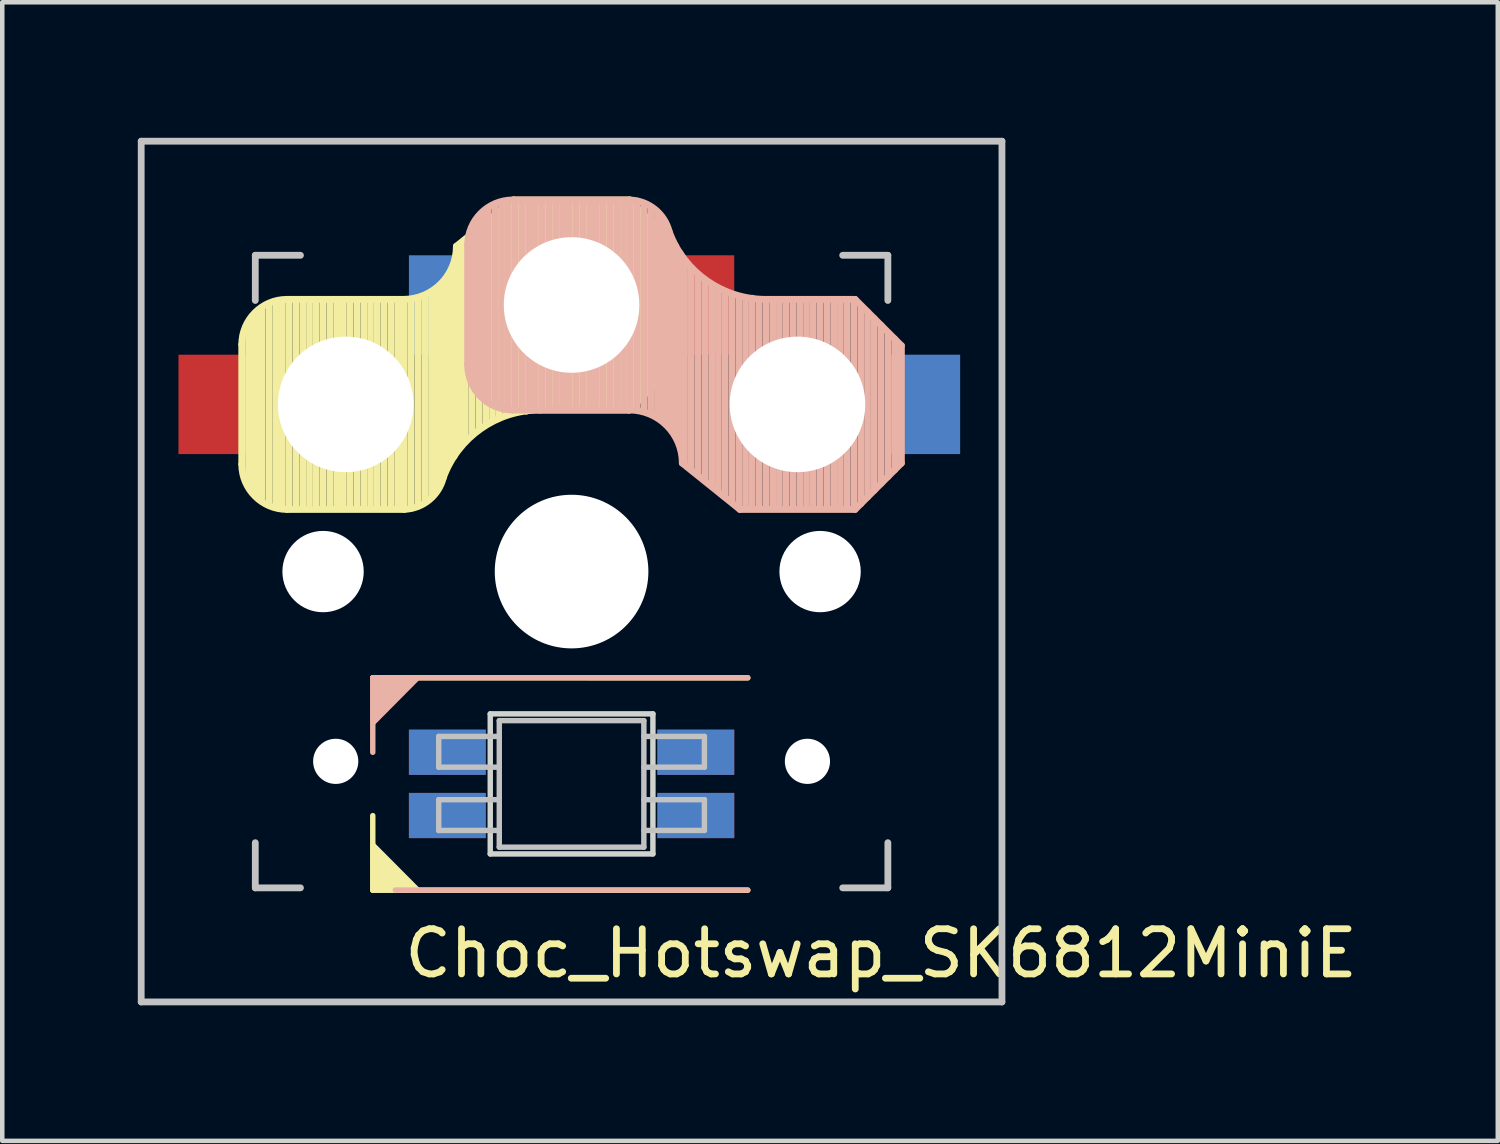
<source format=kicad_pcb>
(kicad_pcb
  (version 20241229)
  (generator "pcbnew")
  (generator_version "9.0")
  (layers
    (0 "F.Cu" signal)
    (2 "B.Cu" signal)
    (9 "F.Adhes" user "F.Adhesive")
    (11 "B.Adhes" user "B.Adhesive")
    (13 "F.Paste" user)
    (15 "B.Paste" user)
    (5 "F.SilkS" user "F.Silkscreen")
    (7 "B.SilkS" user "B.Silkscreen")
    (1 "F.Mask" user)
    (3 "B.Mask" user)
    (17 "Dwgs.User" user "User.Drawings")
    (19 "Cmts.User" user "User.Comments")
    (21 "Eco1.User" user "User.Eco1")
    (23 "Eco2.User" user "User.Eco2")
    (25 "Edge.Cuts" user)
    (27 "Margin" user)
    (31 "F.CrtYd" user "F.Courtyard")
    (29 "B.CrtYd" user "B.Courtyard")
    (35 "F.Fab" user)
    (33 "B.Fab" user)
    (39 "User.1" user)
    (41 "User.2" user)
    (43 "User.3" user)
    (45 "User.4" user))
  (footprint "Choc_Hotswap_SK6812MiniE"
    (layer "F.Cu")
    (at 9.6 9.6)
    (property "Reference" "Choc_Hotswap_SK6812MiniE" (at 6.85 8.45 180) (layer "F.SilkS") (effects (font (size 1 1) (thickness 0.15))))
    (attr smd)
    (fp_line (start -7.3 -5.025) (end -7.3 -2.375) (stroke (width 0.15) (type solid)) (layer "F.SilkS"))
    (fp_line (start -7.15 -1.95) (end -7.15 -5.5) (stroke (width 0.15) (type solid)) (layer "F.SilkS"))
    (fp_line (start -7.05 -1.8) (end -7.05 -5.55) (stroke (width 0.15) (type solid)) (layer "F.SilkS"))
    (fp_line (start -6.95 -1.7) (end -6.95 -5.65) (stroke (width 0.15) (type solid)) (layer "F.SilkS"))
    (fp_line (start -6.85 -1.6) (end -6.85 -5.8) (stroke (width 0.15) (type solid)) (layer "F.SilkS"))
    (fp_line (start -6.7 -1.5) (end -6.7 -5.9) (stroke (width 0.15) (type solid)) (layer "F.SilkS"))
    (fp_line (start -6.55 -1.45) (end -6.55 -5.95) (stroke (width 0.15) (type solid)) (layer "F.SilkS"))
    (fp_line (start -6.4 -1.4) (end -6.4 -5.95) (stroke (width 0.15) (type solid)) (layer "F.SilkS"))
    (fp_line (start -6.3 -6.025) (end -3.725 -6.025) (stroke (width 0.15) (type solid)) (layer "F.SilkS"))
    (fp_line (start -6.3 -1.375) (end -3.7 -1.375) (stroke (width 0.15) (type solid)) (layer "F.SilkS"))
    (fp_line (start -6.25 -1.4) (end -6.25 -6) (stroke (width 0.15) (type solid)) (layer "F.SilkS"))
    (fp_line (start -6.1 -1.4) (end -6.1 -6) (stroke (width 0.15) (type solid)) (layer "F.SilkS"))
    (fp_line (start -5.95 -1.4) (end -5.95 -6) (stroke (width 0.15) (type solid)) (layer "F.SilkS"))
    (fp_line (start -5.8 -1.4) (end -5.8 -6) (stroke (width 0.15) (type solid)) (layer "F.SilkS"))
    (fp_line (start -5.65 -1.4) (end -5.65 -6) (stroke (width 0.15) (type solid)) (layer "F.SilkS"))
    (fp_line (start -5.5 -1.4) (end -5.5 -6) (stroke (width 0.15) (type solid)) (layer "F.SilkS"))
    (fp_line (start -5.35 -1.4) (end -5.35 -6) (stroke (width 0.15) (type solid)) (layer "F.SilkS"))
    (fp_line (start -5.2 -1.4) (end -5.2 -6) (stroke (width 0.15) (type solid)) (layer "F.SilkS"))
    (fp_line (start -5.05 -1.4) (end -5.05 -6) (stroke (width 0.15) (type solid)) (layer "F.SilkS"))
    (fp_line (start -4.9 -1.4) (end -4.9 -6) (stroke (width 0.15) (type solid)) (layer "F.SilkS"))
    (fp_line (start -4.75 -1.4) (end -4.75 -6) (stroke (width 0.15) (type solid)) (layer "F.SilkS"))
    (fp_line (start -4.6 -1.4) (end -4.6 -6) (stroke (width 0.15) (type solid)) (layer "F.SilkS"))
    (fp_line (start -4.45 -1.4) (end -4.45 -6) (stroke (width 0.15) (type solid)) (layer "F.SilkS"))
    (fp_line (start -4.4 2.349) (end 3.9 2.352) (stroke (width 0.12) (type solid)) (layer "F.SilkS"))
    (fp_line (start -4.4 7.052) (end -4.4 5.401) (stroke (width 0.12) (type solid)) (layer "F.SilkS"))
    (fp_line (start -4.3 -1.4) (end -4.3 -6) (stroke (width 0.15) (type solid)) (layer "F.SilkS"))
    (fp_line (start -4.15 -1.4) (end -4.15 -6) (stroke (width 0.15) (type solid)) (layer "F.SilkS"))
    (fp_line (start -4 -1.4) (end -4 -6) (stroke (width 0.15) (type solid)) (layer "F.SilkS"))
    (fp_line (start -3.85 -1.4) (end -3.85 -5.95) (stroke (width 0.15) (type solid)) (layer "F.SilkS"))
    (fp_line (start -3.7 -1.4) (end -3.7 -6) (stroke (width 0.15) (type solid)) (layer "F.SilkS"))
    (fp_line (start -3.55 -1.4) (end -3.55 -6) (stroke (width 0.15) (type solid)) (layer "F.SilkS"))
    (fp_line (start -3.4 -1.45) (end -3.4 -6) (stroke (width 0.15) (type solid)) (layer "F.SilkS"))
    (fp_line (start -3.25 -1.55) (end -3.25 -6.1) (stroke (width 0.15) (type solid)) (layer "F.SilkS"))
    (fp_line (start -3.1 -1.65) (end -3.1 -6.15) (stroke (width 0.15) (type solid)) (layer "F.SilkS"))
    (fp_line (start -3 -1.8) (end -3 -6.2) (stroke (width 0.15) (type solid)) (layer "F.SilkS"))
    (fp_line (start -2.9 -2.05) (end -2.9 -6.25) (stroke (width 0.15) (type solid)) (layer "F.SilkS"))
    (fp_line (start -2.8 -2.2) (end -2.8 -6.35) (stroke (width 0.15) (type solid)) (layer "F.SilkS"))
    (fp_line (start -2.7 -2.4) (end -2.7 -6.55) (stroke (width 0.15) (type solid)) (layer "F.SilkS"))
    (fp_line (start -2.6 -2.55) (end -2.6 -6.7) (stroke (width 0.15) (type solid)) (layer "F.SilkS"))
    (fp_line (start -2.5 -2.75) (end -2.5 -7.2) (stroke (width 0.15) (type solid)) (layer "F.SilkS"))
    (fp_line (start -2.35 -2.9) (end -2.35 -7.35) (stroke (width 0.15) (type solid)) (layer "F.SilkS"))
    (fp_line (start -2.2 -3.05) (end -2.2 -7.45) (stroke (width 0.15) (type solid)) (layer "F.SilkS"))
    (fp_line (start -2.05 -3.15) (end -2.05 -7.55) (stroke (width 0.15) (type solid)) (layer "F.SilkS"))
    (fp_line (start -1.9 -3.25) (end -1.9 -7.7) (stroke (width 0.15) (type solid)) (layer "F.SilkS"))
    (fp_line (start -1.75 -3.35) (end -1.75 -7.8) (stroke (width 0.15) (type solid)) (layer "F.SilkS"))
    (fp_line (start -1.6 -3.4) (end -1.6 -7.95) (stroke (width 0.15) (type solid)) (layer "F.SilkS"))
    (fp_line (start -1.45 -3.5) (end -1.45 -8.05) (stroke (width 0.15) (type solid)) (layer "F.SilkS"))
    (fp_line (start -1.3 -3.55) (end -1.3 -8.15) (stroke (width 0.15) (type solid)) (layer "F.SilkS"))
    (fp_line (start -1.275 -8.225) (end -2.55 -7.2) (stroke (width 0.15) (type solid)) (layer "F.SilkS"))
    (fp_line (start -1.275 -8.225) (end 1.275 -8.225) (stroke (width 0.15) (type solid)) (layer "F.SilkS"))
    (fp_line (start -1.15 -3.55) (end -1.15 -8.2) (stroke (width 0.15) (type solid)) (layer "F.SilkS"))
    (fp_line (start -1 -3.55) (end -1 -8.2) (stroke (width 0.15) (type solid)) (layer "F.SilkS"))
    (fp_line (start -0.85 -3.6) (end -0.85 -8.15) (stroke (width 0.15) (type solid)) (layer "F.SilkS"))
    (fp_line (start -0.7 -3.6) (end -0.7 -8.2) (stroke (width 0.15) (type solid)) (layer "F.SilkS"))
    (fp_line (start -0.7 -3.575) (end 1.275 -3.575) (stroke (width 0.15) (type solid)) (layer "F.SilkS"))
    (fp_line (start -0.55 -3.6) (end -0.55 -8.2) (stroke (width 0.15) (type solid)) (layer "F.SilkS"))
    (fp_line (start -0.4 -3.6) (end -0.4 -8.2) (stroke (width 0.15) (type solid)) (layer "F.SilkS"))
    (fp_line (start -0.25 -3.6) (end -0.25 -8.2) (stroke (width 0.15) (type solid)) (layer "F.SilkS"))
    (fp_line (start -0.1 -3.6) (end -0.1 -8.2) (stroke (width 0.15) (type solid)) (layer "F.SilkS"))
    (fp_line (start 0.05 -3.6) (end 0.05 -8.2) (stroke (width 0.15) (type solid)) (layer "F.SilkS"))
    (fp_line (start 0.2 -3.6) (end 0.2 -8.2) (stroke (width 0.15) (type solid)) (layer "F.SilkS"))
    (fp_line (start 0.35 -3.6) (end 0.35 -8.2) (stroke (width 0.15) (type solid)) (layer "F.SilkS"))
    (fp_line (start 0.5 -3.6) (end 0.5 -8.2) (stroke (width 0.15) (type solid)) (layer "F.SilkS"))
    (fp_line (start 0.65 -3.6) (end 0.65 -8.2) (stroke (width 0.15) (type solid)) (layer "F.SilkS"))
    (fp_line (start 0.8 -3.6) (end 0.8 -8.2) (stroke (width 0.15) (type solid)) (layer "F.SilkS"))
    (fp_line (start 0.95 -3.6) (end 0.95 -8.2) (stroke (width 0.15) (type solid)) (layer "F.SilkS"))
    (fp_line (start 1.1 -3.6) (end 1.1 -8.2) (stroke (width 0.15) (type solid)) (layer "F.SilkS"))
    (fp_line (start 1.25 -3.6) (end 1.25 -8.2) (stroke (width 0.15) (type solid)) (layer "F.SilkS"))
    (fp_line (start 1.4 -3.75) (end 1.4 -8.1) (stroke (width 0.15) (type solid)) (layer "F.SilkS"))
    (fp_line (start 1.55 -3.85) (end 1.55 -7.95) (stroke (width 0.15) (type solid)) (layer "F.SilkS"))
    (fp_line (start 1.7 -4) (end 1.7 -7.8) (stroke (width 0.15) (type solid)) (layer "F.SilkS"))
    (fp_line (start 1.85 -4.15) (end 1.85 -7.65) (stroke (width 0.15) (type solid)) (layer "F.SilkS"))
    (fp_line (start 2 -4.35) (end 2 -7.5) (stroke (width 0.15) (type solid)) (layer "F.SilkS"))
    (fp_line (start 2.15 -4.45) (end 2.15 -7.35) (stroke (width 0.15) (type solid)) (layer "F.SilkS"))
    (fp_line (start 2.3 -7.2) (end 1.275 -8.225) (stroke (width 0.15) (type solid)) (layer "F.SilkS"))
    (fp_line (start 2.3 -7.2) (end 2.3 -4.6) (stroke (width 0.15) (type solid)) (layer "F.SilkS"))
    (fp_line (start 2.3 -4.6) (end 1.275 -3.575) (stroke (width 0.15) (type solid)) (layer "F.SilkS"))
    (fp_line (start 3.9 7.052) (end -4.4 7.052) (stroke (width 0.12) (type solid)) (layer "F.SilkS"))
    (fp_arc (start -7.3 -5.025) (mid -7.007107 -5.732107) (end -6.3 -6.025) (stroke (width 0.15) (type solid)) (layer "F.SilkS"))
    (fp_arc (start -6.3 -1.375) (mid -7.007107 -1.667893) (end -7.3 -2.375) (stroke (width 0.15) (type solid)) (layer "F.SilkS"))
    (fp_arc (start -2.837801 -2.078096) (mid -3.151716 -1.583979) (end -3.699005 -1.376209) (stroke (width 0.15) (type solid)) (layer "F.SilkS"))
    (fp_arc (start -2.837801 -2.078096) (mid -2.004887 -3.163571) (end -0.7 -3.575) (stroke (width 0.15) (type solid)) (layer "F.SilkS"))
    (fp_arc (start -2.55 -7.2) (mid -2.89415 -6.36915) (end -3.725 -6.025) (stroke (width 0.15) (type solid)) (layer "F.SilkS"))
    (fp_poly (pts (xy -3.392 7.049) (xy -4.4 7.052) (xy -4.4 6.036)) (stroke (width 0.1) (type solid)) (fill yes) (layer "F.SilkS"))
    (fp_line (start -4.4 2.349) (end -4.4 4) (stroke (width 0.12) (type solid)) (layer "B.SilkS"))
    (fp_line (start -3.9 7.049) (end 3.9 7.049) (stroke (width 0.12) (type solid)) (layer "B.SilkS"))
    (fp_line (start -2.3 -4.575) (end -2.3 -7.225) (stroke (width 0.15) (type solid)) (layer "B.SilkS"))
    (fp_line (start -2.15 -7.65) (end -2.15 -4.1) (stroke (width 0.15) (type solid)) (layer "B.SilkS"))
    (fp_line (start -2.05 -7.8) (end -2.05 -4.05) (stroke (width 0.15) (type solid)) (layer "B.SilkS"))
    (fp_line (start -1.95 -7.9) (end -1.95 -3.95) (stroke (width 0.15) (type solid)) (layer "B.SilkS"))
    (fp_line (start -1.85 -8) (end -1.85 -3.8) (stroke (width 0.15) (type solid)) (layer "B.SilkS"))
    (fp_line (start -1.7 -8.1) (end -1.7 -3.7) (stroke (width 0.15) (type solid)) (layer "B.SilkS"))
    (fp_line (start -1.55 -8.15) (end -1.55 -3.65) (stroke (width 0.15) (type solid)) (layer "B.SilkS"))
    (fp_line (start -1.4 -8.2) (end -1.4 -3.65) (stroke (width 0.15) (type solid)) (layer "B.SilkS"))
    (fp_line (start -1.3 -8.225) (end 1.3 -8.225) (stroke (width 0.15) (type solid)) (layer "B.SilkS"))
    (fp_line (start -1.3 -3.575) (end 1.275 -3.575) (stroke (width 0.15) (type solid)) (layer "B.SilkS"))
    (fp_line (start -1.25 -8.2) (end -1.25 -3.6) (stroke (width 0.15) (type solid)) (layer "B.SilkS"))
    (fp_line (start -1.1 -8.2) (end -1.1 -3.6) (stroke (width 0.15) (type solid)) (layer "B.SilkS"))
    (fp_line (start -0.95 -8.2) (end -0.95 -3.6) (stroke (width 0.15) (type solid)) (layer "B.SilkS"))
    (fp_line (start -0.8 -8.2) (end -0.8 -3.6) (stroke (width 0.15) (type solid)) (layer "B.SilkS"))
    (fp_line (start -0.65 -8.2) (end -0.65 -3.6) (stroke (width 0.15) (type solid)) (layer "B.SilkS"))
    (fp_line (start -0.5 -8.2) (end -0.5 -3.6) (stroke (width 0.15) (type solid)) (layer "B.SilkS"))
    (fp_line (start -0.35 -8.2) (end -0.35 -3.6) (stroke (width 0.15) (type solid)) (layer "B.SilkS"))
    (fp_line (start -0.2 -8.2) (end -0.2 -3.6) (stroke (width 0.15) (type solid)) (layer "B.SilkS"))
    (fp_line (start -0.05 -8.2) (end -0.05 -3.6) (stroke (width 0.15) (type solid)) (layer "B.SilkS"))
    (fp_line (start 0.1 -8.2) (end 0.1 -3.6) (stroke (width 0.15) (type solid)) (layer "B.SilkS"))
    (fp_line (start 0.25 -8.2) (end 0.25 -3.6) (stroke (width 0.15) (type solid)) (layer "B.SilkS"))
    (fp_line (start 0.4 -8.2) (end 0.4 -3.6) (stroke (width 0.15) (type solid)) (layer "B.SilkS"))
    (fp_line (start 0.55 -8.2) (end 0.55 -3.6) (stroke (width 0.15) (type solid)) (layer "B.SilkS"))
    (fp_line (start 0.7 -8.2) (end 0.7 -3.6) (stroke (width 0.15) (type solid)) (layer "B.SilkS"))
    (fp_line (start 0.85 -8.2) (end 0.85 -3.6) (stroke (width 0.15) (type solid)) (layer "B.SilkS"))
    (fp_line (start 1 -8.2) (end 1 -3.6) (stroke (width 0.15) (type solid)) (layer "B.SilkS"))
    (fp_line (start 1.15 -8.2) (end 1.15 -3.65) (stroke (width 0.15) (type solid)) (layer "B.SilkS"))
    (fp_line (start 1.3 -8.2) (end 1.3 -3.6) (stroke (width 0.15) (type solid)) (layer "B.SilkS"))
    (fp_line (start 1.45 -8.2) (end 1.45 -3.6) (stroke (width 0.15) (type solid)) (layer "B.SilkS"))
    (fp_line (start 1.6 -8.15) (end 1.6 -3.6) (stroke (width 0.15) (type solid)) (layer "B.SilkS"))
    (fp_line (start 1.75 -8.05) (end 1.75 -3.5) (stroke (width 0.15) (type solid)) (layer "B.SilkS"))
    (fp_line (start 1.9 -7.95) (end 1.9 -3.45) (stroke (width 0.15) (type solid)) (layer "B.SilkS"))
    (fp_line (start 2 -7.8) (end 2 -3.4) (stroke (width 0.15) (type solid)) (layer "B.SilkS"))
    (fp_line (start 2.1 -7.55) (end 2.1 -3.35) (stroke (width 0.15) (type solid)) (layer "B.SilkS"))
    (fp_line (start 2.2 -7.4) (end 2.2 -3.25) (stroke (width 0.15) (type solid)) (layer "B.SilkS"))
    (fp_line (start 2.3 -7.2) (end 2.3 -3.05) (stroke (width 0.15) (type solid)) (layer "B.SilkS"))
    (fp_line (start 2.4 -7.05) (end 2.4 -2.9) (stroke (width 0.15) (type solid)) (layer "B.SilkS"))
    (fp_line (start 2.5 -6.85) (end 2.5 -2.4) (stroke (width 0.15) (type solid)) (layer "B.SilkS"))
    (fp_line (start 2.65 -6.7) (end 2.65 -2.25) (stroke (width 0.15) (type solid)) (layer "B.SilkS"))
    (fp_line (start 2.8 -6.55) (end 2.8 -2.15) (stroke (width 0.15) (type solid)) (layer "B.SilkS"))
    (fp_line (start 2.95 -6.45) (end 2.95 -2.05) (stroke (width 0.15) (type solid)) (layer "B.SilkS"))
    (fp_line (start 3.1 -6.35) (end 3.1 -1.9) (stroke (width 0.15) (type solid)) (layer "B.SilkS"))
    (fp_line (start 3.25 -6.25) (end 3.25 -1.8) (stroke (width 0.15) (type solid)) (layer "B.SilkS"))
    (fp_line (start 3.4 -6.2) (end 3.4 -1.65) (stroke (width 0.15) (type solid)) (layer "B.SilkS"))
    (fp_line (start 3.55 -6.1) (end 3.55 -1.55) (stroke (width 0.15) (type solid)) (layer "B.SilkS"))
    (fp_line (start 3.7 -6.05) (end 3.7 -1.45) (stroke (width 0.15) (type solid)) (layer "B.SilkS"))
    (fp_line (start 3.725 -1.375) (end 2.45 -2.4) (stroke (width 0.15) (type solid)) (layer "B.SilkS"))
    (fp_line (start 3.725 -1.375) (end 6.275 -1.375) (stroke (width 0.15) (type solid)) (layer "B.SilkS"))
    (fp_line (start 3.85 -6.05) (end 3.85 -1.4) (stroke (width 0.15) (type solid)) (layer "B.SilkS"))
    (fp_line (start 3.9 2.349) (end -4.4 2.349) (stroke (width 0.12) (type solid)) (layer "B.SilkS"))
    (fp_line (start 4 -6.05) (end 4 -1.4) (stroke (width 0.15) (type solid)) (layer "B.SilkS"))
    (fp_line (start 4.15 -6) (end 4.15 -1.45) (stroke (width 0.15) (type solid)) (layer "B.SilkS"))
    (fp_line (start 4.3 -6.025) (end 6.275 -6.025) (stroke (width 0.15) (type solid)) (layer "B.SilkS"))
    (fp_line (start 4.3 -6) (end 4.3 -1.4) (stroke (width 0.15) (type solid)) (layer "B.SilkS"))
    (fp_line (start 4.45 -6) (end 4.45 -1.4) (stroke (width 0.15) (type solid)) (layer "B.SilkS"))
    (fp_line (start 4.6 -6) (end 4.6 -1.4) (stroke (width 0.15) (type solid)) (layer "B.SilkS"))
    (fp_line (start 4.75 -6) (end 4.75 -1.4) (stroke (width 0.15) (type solid)) (layer "B.SilkS"))
    (fp_line (start 4.9 -6) (end 4.9 -1.4) (stroke (width 0.15) (type solid)) (layer "B.SilkS"))
    (fp_line (start 5.05 -6) (end 5.05 -1.4) (stroke (width 0.15) (type solid)) (layer "B.SilkS"))
    (fp_line (start 5.2 -6) (end 5.2 -1.4) (stroke (width 0.15) (type solid)) (layer "B.SilkS"))
    (fp_line (start 5.35 -6) (end 5.35 -1.4) (stroke (width 0.15) (type solid)) (layer "B.SilkS"))
    (fp_line (start 5.5 -6) (end 5.5 -1.4) (stroke (width 0.15) (type solid)) (layer "B.SilkS"))
    (fp_line (start 5.65 -6) (end 5.65 -1.4) (stroke (width 0.15) (type solid)) (layer "B.SilkS"))
    (fp_line (start 5.8 -6) (end 5.8 -1.4) (stroke (width 0.15) (type solid)) (layer "B.SilkS"))
    (fp_line (start 5.95 -6) (end 5.95 -1.4) (stroke (width 0.15) (type solid)) (layer "B.SilkS"))
    (fp_line (start 6.1 -6) (end 6.1 -1.4) (stroke (width 0.15) (type solid)) (layer "B.SilkS"))
    (fp_line (start 6.25 -6) (end 6.25 -1.4) (stroke (width 0.15) (type solid)) (layer "B.SilkS"))
    (fp_line (start 6.4 -5.85) (end 6.4 -1.5) (stroke (width 0.15) (type solid)) (layer "B.SilkS"))
    (fp_line (start 6.55 -5.75) (end 6.55 -1.65) (stroke (width 0.15) (type solid)) (layer "B.SilkS"))
    (fp_line (start 6.7 -5.6) (end 6.7 -1.8) (stroke (width 0.15) (type solid)) (layer "B.SilkS"))
    (fp_line (start 6.85 -5.45) (end 6.85 -1.95) (stroke (width 0.15) (type solid)) (layer "B.SilkS"))
    (fp_line (start 7 -5.25) (end 7 -2.1) (stroke (width 0.15) (type solid)) (layer "B.SilkS"))
    (fp_line (start 7.15 -5.15) (end 7.15 -2.25) (stroke (width 0.15) (type solid)) (layer "B.SilkS"))
    (fp_line (start 7.3 -5) (end 6.275 -6.025) (stroke (width 0.15) (type solid)) (layer "B.SilkS"))
    (fp_line (start 7.3 -2.4) (end 6.275 -1.375) (stroke (width 0.15) (type solid)) (layer "B.SilkS"))
    (fp_line (start 7.3 -2.4) (end 7.3 -5) (stroke (width 0.15) (type solid)) (layer "B.SilkS"))
    (fp_arc (start -2.3 -7.225) (mid -2.007107 -7.932107) (end -1.3 -8.225) (stroke (width 0.15) (type solid)) (layer "B.SilkS"))
    (fp_arc (start -1.3 -3.575) (mid -2.007107 -3.867893) (end -2.3 -4.575) (stroke (width 0.15) (type solid)) (layer "B.SilkS"))
    (fp_arc (start 1.275 -3.575) (mid 2.10585 -3.23085) (end 2.45 -2.4) (stroke (width 0.15) (type solid)) (layer "B.SilkS"))
    (fp_arc (start 1.300995 -8.223791) (mid 1.848284 -8.016021) (end 2.162199 -7.521904) (stroke (width 0.15) (type solid)) (layer "B.SilkS"))
    (fp_arc (start 4.3 -6.025) (mid 2.995114 -6.436429) (end 2.162199 -7.521904) (stroke (width 0.15) (type solid)) (layer "B.SilkS"))
    (fp_poly (pts (xy -4.4 3.365) (xy -4.4 2.349) (xy -3.392 2.349)) (stroke (width 0.1) (type solid)) (fill yes) (layer "B.SilkS"))
    (fp_line (start -9.525 -9.525) (end 9.525 -9.525) (stroke (width 0.15) (type solid)) (layer "Dwgs.User"))
    (fp_line (start -9.525 9.525) (end -9.525 -9.525) (stroke (width 0.15) (type solid)) (layer "Dwgs.User"))
    (fp_line (start -7 -7) (end -7 -6) (stroke (width 0.15) (type solid)) (layer "Dwgs.User"))
    (fp_line (start -7 6) (end -7 7) (stroke (width 0.15) (type solid)) (layer "Dwgs.User"))
    (fp_line (start -7 7) (end -6 7) (stroke (width 0.15) (type solid)) (layer "Dwgs.User"))
    (fp_line (start -6 -7) (end -7 -7) (stroke (width 0.15) (type solid)) (layer "Dwgs.User"))
    (fp_line (start -2.94 3.649) (end -2.94 4.329) (stroke (width 0.12) (type solid)) (layer "Dwgs.User"))
    (fp_line (start -2.94 4.329) (end -1.6 4.329) (stroke (width 0.12) (type solid)) (layer "Dwgs.User"))
    (fp_line (start -2.94 5.049) (end -2.94 5.729) (stroke (width 0.12) (type solid)) (layer "Dwgs.User"))
    (fp_line (start -2.94 5.729) (end -1.6 5.729) (stroke (width 0.12) (type solid)) (layer "Dwgs.User"))
    (fp_line (start -1.6 3.299) (end -1.6 6.099) (stroke (width 0.12) (type solid)) (layer "Dwgs.User"))
    (fp_line (start -1.6 3.299) (end 1.6 3.299) (stroke (width 0.12) (type solid)) (layer "Dwgs.User"))
    (fp_line (start -1.6 3.649) (end -2.94 3.649) (stroke (width 0.12) (type solid)) (layer "Dwgs.User"))
    (fp_line (start -1.6 5.049) (end -2.94 5.049) (stroke (width 0.12) (type solid)) (layer "Dwgs.User"))
    (fp_line (start -1.6 6.099) (end 1.6 6.099) (stroke (width 0.12) (type solid)) (layer "Dwgs.User"))
    (fp_line (start 1.6 3.299) (end 1.6 6.099) (stroke (width 0.12) (type solid)) (layer "Dwgs.User"))
    (fp_line (start 1.6 4.329) (end 2.94 4.329) (stroke (width 0.12) (type solid)) (layer "Dwgs.User"))
    (fp_line (start 1.6 5.729) (end 2.94 5.729) (stroke (width 0.12) (type solid)) (layer "Dwgs.User"))
    (fp_line (start 2.94 3.649) (end 1.6 3.649) (stroke (width 0.12) (type solid)) (layer "Dwgs.User"))
    (fp_line (start 2.94 4.329) (end 2.94 3.649) (stroke (width 0.12) (type solid)) (layer "Dwgs.User"))
    (fp_line (start 2.94 5.049) (end 1.6 5.049) (stroke (width 0.12) (type solid)) (layer "Dwgs.User"))
    (fp_line (start 2.94 5.729) (end 2.94 5.049) (stroke (width 0.12) (type solid)) (layer "Dwgs.User"))
    (fp_line (start 6 -7) (end 7 -7) (stroke (width 0.15) (type solid)) (layer "Dwgs.User"))
    (fp_line (start 7 -7) (end 7 -6) (stroke (width 0.15) (type solid)) (layer "Dwgs.User"))
    (fp_line (start 7 6) (end 7 7) (stroke (width 0.15) (type solid)) (layer "Dwgs.User"))
    (fp_line (start 7 7) (end 6 7) (stroke (width 0.15) (type solid)) (layer "Dwgs.User"))
    (fp_line (start 9.525 -9.525) (end 9.525 9.525) (stroke (width 0.15) (type solid)) (layer "Dwgs.User"))
    (fp_line (start 9.525 9.525) (end -9.525 9.525) (stroke (width 0.15) (type solid)) (layer "Dwgs.User"))
    (fp_line (start -1.8 3.149) (end -1.8 6.249) (stroke (width 0.12) (type solid)) (layer "Edge.Cuts"))
    (fp_line (start -1.8 6.249) (end 1.8 6.249) (stroke (width 0.12) (type solid)) (layer "Edge.Cuts"))
    (fp_line (start 1.8 3.149) (end -1.8 3.149) (stroke (width 0.12) (type solid)) (layer "Edge.Cuts"))
    (fp_line (start 1.8 6.249) (end 1.8 3.149) (stroke (width 0.12) (type solid)) (layer "Edge.Cuts"))
    (fp_rect (start -6.9 -6.9) (end 6.9 6.9) (stroke (width 0.1) (type solid)) (fill no) (layer "User.3"))
    (pad "" np_thru_hole circle (at -5.5 0 270) (size 1.8 1.8) (drill 1.8) (layers "*.Cu" "*.Mask"))
    (pad "" np_thru_hole circle (at -5.22 4.2) (size 1 1) (drill 1) (layers "*.Cu" "*.Mask"))
    (pad "" np_thru_hole circle (at -5 -3.7 90) (size 3 3) (drill 3) (layers "*.Cu" "*.Mask"))
    (pad "" np_thru_hole circle (at 0 -5.9 270) (size 3 3) (drill 3) (layers "*.Cu" "*.Mask"))
    (pad "" np_thru_hole circle (at 0 0 270) (size 3.4 3.4) (drill 3.4) (layers "*.Cu" "*.Mask"))
    (pad "" np_thru_hole circle (at 5 -3.7 270) (size 3 3) (drill 3) (layers "*.Cu" "*.Mask"))
    (pad "" np_thru_hole circle (at 5.22 4.2) (size 1 1) (drill 1) (layers "*.Cu" "*.Mask"))
    (pad "" np_thru_hole circle (at 5.5 0 270) (size 1.8 1.8) (drill 1.8) (layers "*.Cu" "*.Mask"))
    (pad "1" smd rect (at 2.75 3.999) (size 1.7 1) (layers "F.Cu" "F.Mask" "F.Paste"))
    (pad "1" smd rect (at 2.75 5.399) (size 1.7 1) (layers "B.Cu" "B.Mask" "B.Paste"))
    (pad "2" smd rect (at 2.75 3.999) (size 1.7 1) (layers "B.Cu" "B.Mask" "B.Paste"))
    (pad "2" smd rect (at 2.75 5.399) (size 1.7 1) (layers "F.Cu" "F.Mask" "F.Paste"))
    (pad "3" smd rect (at -2.75 3.999) (size 1.7 1) (layers "B.Cu" "B.Mask" "B.Paste"))
    (pad "3" smd rect (at -2.75 5.399) (size 1.7 1) (layers "F.Cu" "F.Mask" "F.Paste"))
    (pad "4" smd rect (at -2.75 3.999) (size 1.7 1) (layers "F.Cu" "F.Mask" "F.Paste"))
    (pad "4" smd rect (at -2.75 5.399) (size 1.7 1) (layers "B.Cu" "B.Mask" "B.Paste"))
    (pad "5" smd rect (at -2.8 -5.9) (size 1.6 2.2) (layers "B.Cu" "B.Mask" "B.Paste"))
    (pad "5" smd rect (at 2.8 -5.9) (size 1.6 2.2) (layers "F.Cu" "F.Mask" "F.Paste"))
    (pad "6" smd rect (at -7.9 -3.7) (size 1.6 2.2) (layers "F.Cu" "F.Mask" "F.Paste"))
    (pad "6" smd rect (at 7.8 -3.7) (size 1.6 2.2) (layers "B.Cu" "B.Mask" "B.Paste")))
  (gr_rect
    (start -3 -3)
    (end 30.099 22.2)
    (stroke (width 0.1) (type default))
    (fill no)
    (layer "Edge.Cuts")))
</source>
